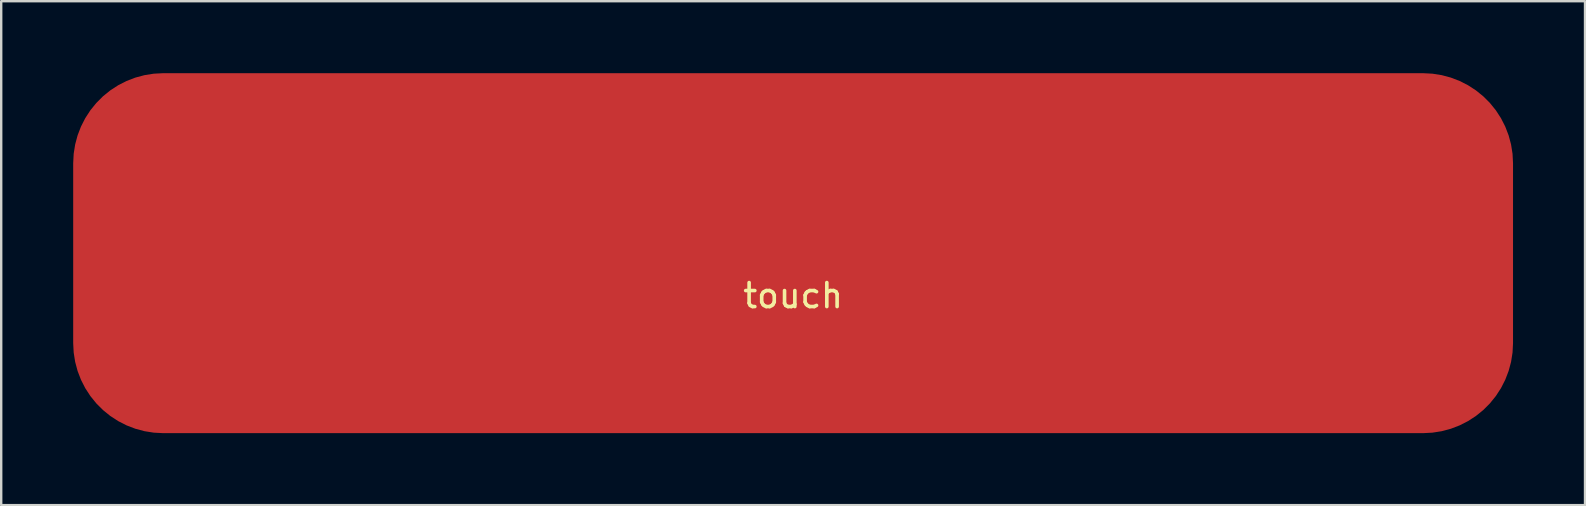
<source format=kicad_pcb>
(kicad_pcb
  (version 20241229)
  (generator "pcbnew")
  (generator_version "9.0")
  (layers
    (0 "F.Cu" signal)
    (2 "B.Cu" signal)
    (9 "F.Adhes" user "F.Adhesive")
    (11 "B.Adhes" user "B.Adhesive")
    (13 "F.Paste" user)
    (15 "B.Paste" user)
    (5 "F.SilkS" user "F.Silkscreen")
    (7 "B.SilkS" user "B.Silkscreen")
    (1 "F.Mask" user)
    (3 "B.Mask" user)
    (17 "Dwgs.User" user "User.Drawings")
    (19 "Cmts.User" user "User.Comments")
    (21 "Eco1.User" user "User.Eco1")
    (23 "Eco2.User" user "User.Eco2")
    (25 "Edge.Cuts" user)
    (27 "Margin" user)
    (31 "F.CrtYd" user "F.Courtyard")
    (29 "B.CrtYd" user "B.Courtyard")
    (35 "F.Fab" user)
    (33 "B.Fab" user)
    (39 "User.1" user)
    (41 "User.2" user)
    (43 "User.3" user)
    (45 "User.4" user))
  (footprint "touch"
    (layer "F.Cu")
    (at 30 8.77)
    (property "Reference" "touch" (at 0 0.5 0) (layer "F.SilkS") (effects (font (size 1 1) (thickness 0.15))))
    (attr through_hole)
    (pad "1" smd roundrect (at 0 -1.27) (size 60 15) (layers "F.Cu" "F.Mask" "F.Paste") (roundrect_rratio 0.25)))
  (gr_rect
    (start -3 -3)
    (end 63 18)
    (stroke (width 0.1) (type default))
    (fill no)
    (layer "Edge.Cuts")))
</source>
